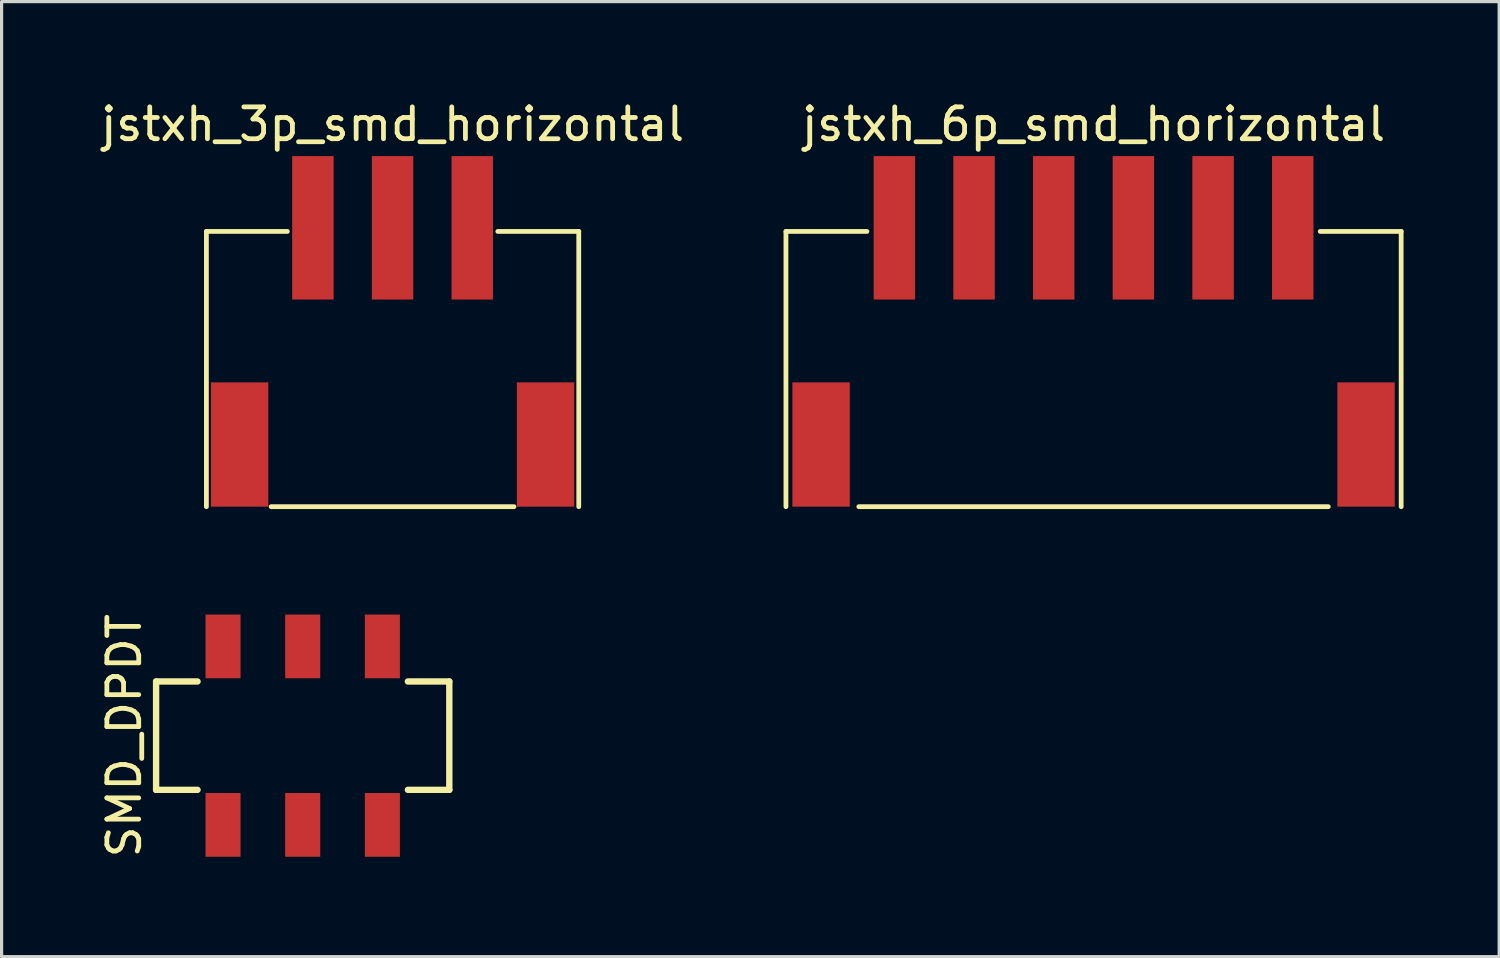
<source format=kicad_pcb>
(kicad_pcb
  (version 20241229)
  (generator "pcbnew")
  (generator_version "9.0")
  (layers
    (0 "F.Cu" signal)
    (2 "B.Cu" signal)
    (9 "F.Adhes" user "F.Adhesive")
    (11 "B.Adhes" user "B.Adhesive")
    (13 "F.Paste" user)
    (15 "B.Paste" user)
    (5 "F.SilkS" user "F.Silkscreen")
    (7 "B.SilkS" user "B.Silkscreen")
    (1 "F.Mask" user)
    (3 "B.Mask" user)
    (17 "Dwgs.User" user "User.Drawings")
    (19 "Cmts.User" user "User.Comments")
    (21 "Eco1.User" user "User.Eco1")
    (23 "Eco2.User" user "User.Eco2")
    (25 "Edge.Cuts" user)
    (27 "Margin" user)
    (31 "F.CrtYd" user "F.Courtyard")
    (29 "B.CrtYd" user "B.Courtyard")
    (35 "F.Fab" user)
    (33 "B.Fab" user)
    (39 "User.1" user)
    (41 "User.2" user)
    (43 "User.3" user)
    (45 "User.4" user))
  (footprint "SMD_DPDT"
    (layer "F.Cu")
    (at 6.448 20.033)
    (property "Reference" "SMD_DPDT" (at -5.6 0 90) (layer "F.SilkS") (effects (font (size 1 1) (thickness 0.15))))
    (attr through_hole)
    (fp_line (start -4.6 -1.7) (end -3.3 -1.7) (stroke (width 0.2) (type solid)) (layer "F.SilkS"))
    (fp_line (start -4.6 1.7) (end -4.6 -1.7) (stroke (width 0.2) (type solid)) (layer "F.SilkS"))
    (fp_line (start -3.3 1.7) (end -4.6 1.7) (stroke (width 0.2) (type solid)) (layer "F.SilkS"))
    (fp_line (start 3.3 -1.7) (end 4.6 -1.7) (stroke (width 0.2) (type solid)) (layer "F.SilkS"))
    (fp_line (start 4.6 -1.7) (end 4.6 1.7) (stroke (width 0.2) (type solid)) (layer "F.SilkS"))
    (fp_line (start 4.6 1.7) (end 3.3 1.7) (stroke (width 0.2) (type solid)) (layer "F.SilkS"))
    (pad "1" smd rect (at 2.5 -2.8) (size 1.1 2) (layers "F.Cu" "F.Mask" "F.Paste"))
    (pad "2" smd rect (at 0 -2.8) (size 1.1 2) (layers "F.Cu" "F.Mask" "F.Paste"))
    (pad "3" smd rect (at -2.5 -2.8) (size 1.1 2) (layers "F.Cu" "F.Mask" "F.Paste"))
    (pad "4" smd rect (at 2.5 2.8) (size 1.1 2) (layers "F.Cu" "F.Mask" "F.Paste"))
    (pad "5" smd rect (at 0 2.8) (size 1.1 2) (layers "F.Cu" "F.Mask" "F.Paste"))
    (pad "6" smd rect (at -2.5 2.8) (size 1.1 2) (layers "F.Cu" "F.Mask" "F.Paste")))
  (footprint "jstxh_6p_smd_horizontal"
    (layer "F.Cu")
    (at 31.263 12.848)
    (property "Reference" "jstxh_6p_smd_horizontal" (at 0 -12 0) (layer "F.SilkS") (effects (font (size 1 1) (thickness 0.15))))
    (attr through_hole)
    (fp_line (start -9.652 -8.636) (end -7.112 -8.636) (stroke (width 0.15) (type solid)) (layer "F.SilkS"))
    (fp_line (start -9.652 0) (end -9.652 -8.636) (stroke (width 0.15) (type solid)) (layer "F.SilkS"))
    (fp_line (start 7.366 0) (end -7.366 0) (stroke (width 0.15) (type solid)) (layer "F.SilkS"))
    (fp_line (start 9.652 -8.636) (end 7.112 -8.636) (stroke (width 0.15) (type solid)) (layer "F.SilkS"))
    (fp_line (start 9.652 0) (end 9.652 -8.636) (stroke (width 0.15) (type solid)) (layer "F.SilkS"))
    (pad "" smd rect (at -8.55 -1.95) (size 1.8 3.9) (layers "F.Cu" "F.Mask" "F.Paste"))
    (pad "" smd rect (at 8.55 -1.95) (size 1.8 3.9) (layers "F.Cu" "F.Mask" "F.Paste"))
    (pad "1" smd rect (at 6.25 -8.75) (size 1.3 4.5) (layers "F.Cu" "F.Mask" "F.Paste"))
    (pad "2" smd rect (at 3.75 -8.75) (size 1.3 4.5) (layers "F.Cu" "F.Mask" "F.Paste"))
    (pad "3" smd rect (at 1.25 -8.75) (size 1.3 4.5) (layers "F.Cu" "F.Mask" "F.Paste"))
    (pad "4" smd rect (at -1.25 -8.75) (size 1.3 4.5) (layers "F.Cu" "F.Mask" "F.Paste"))
    (pad "5" smd rect (at -3.75 -8.75) (size 1.3 4.5) (layers "F.Cu" "F.Mask" "F.Paste"))
    (pad "6" smd rect (at -6.25 -8.75) (size 1.3 4.5) (layers "F.Cu" "F.Mask" "F.Paste")))
  (footprint "jstxh_3p_smd_horizontal"
    (layer "F.Cu")
    (at 9.268 12.848)
    (property "Reference" "jstxh_3p_smd_horizontal" (at 0 -12 0) (layer "F.SilkS") (effects (font (size 1 1) (thickness 0.15))))
    (attr through_hole)
    (fp_line (start -5.842 -8.636) (end -3.302 -8.636) (stroke (width 0.15) (type solid)) (layer "F.SilkS"))
    (fp_line (start -5.842 0) (end -5.842 -8.636) (stroke (width 0.15) (type solid)) (layer "F.SilkS"))
    (fp_line (start 3.81 0) (end -3.81 0) (stroke (width 0.15) (type solid)) (layer "F.SilkS"))
    (fp_line (start 5.842 -8.636) (end 3.302 -8.636) (stroke (width 0.15) (type solid)) (layer "F.SilkS"))
    (fp_line (start 5.842 0) (end 5.842 -8.636) (stroke (width 0.15) (type solid)) (layer "F.SilkS"))
    (pad "" smd rect (at -4.8 -1.95) (size 1.8 3.9) (layers "F.Cu" "F.Mask" "F.Paste"))
    (pad "" smd rect (at 4.8 -1.95) (size 1.8 3.9) (layers "F.Cu" "F.Mask" "F.Paste"))
    (pad "1" smd rect (at 2.5 -8.75) (size 1.3 4.5) (layers "F.Cu" "F.Mask" "F.Paste"))
    (pad "2" smd rect (at 0 -8.75) (size 1.3 4.5) (layers "F.Cu" "F.Mask" "F.Paste"))
    (pad "3" smd rect (at -2.5 -8.75) (size 1.3 4.5) (layers "F.Cu" "F.Mask" "F.Paste")))
  (gr_rect
    (start -3 -3)
    (end 43.99 26.967)
    (stroke (width 0.1) (type default))
    (fill no)
    (layer "Edge.Cuts")))
</source>
